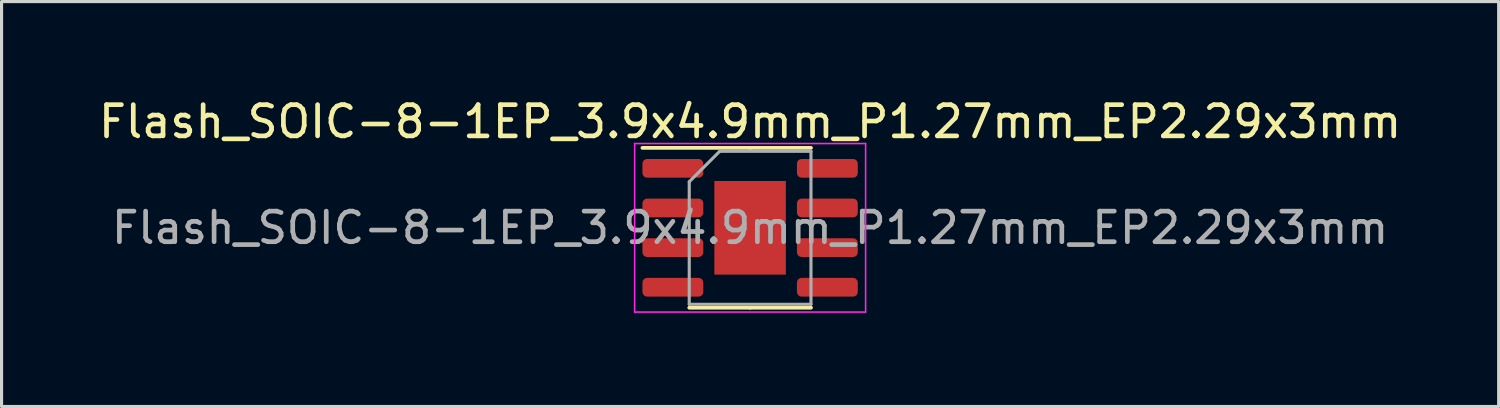
<source format=kicad_pcb>
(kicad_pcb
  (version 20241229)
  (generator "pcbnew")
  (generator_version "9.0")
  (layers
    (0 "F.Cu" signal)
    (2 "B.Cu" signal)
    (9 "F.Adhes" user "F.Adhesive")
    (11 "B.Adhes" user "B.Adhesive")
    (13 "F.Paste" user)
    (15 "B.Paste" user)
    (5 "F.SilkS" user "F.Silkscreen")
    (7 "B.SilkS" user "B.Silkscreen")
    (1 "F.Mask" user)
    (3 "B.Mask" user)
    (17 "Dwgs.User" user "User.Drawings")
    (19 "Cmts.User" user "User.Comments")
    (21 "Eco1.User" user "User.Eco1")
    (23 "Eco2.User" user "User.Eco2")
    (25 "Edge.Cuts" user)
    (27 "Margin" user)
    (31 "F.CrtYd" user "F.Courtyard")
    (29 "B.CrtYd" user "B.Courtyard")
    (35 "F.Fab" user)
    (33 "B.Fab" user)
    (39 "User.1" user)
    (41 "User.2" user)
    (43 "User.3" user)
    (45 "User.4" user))
  (footprint "Flash_SOIC-8-1EP_3.9x4.9mm_P1.27mm_EP2.29x3mm"
    (layer "F.Cu")
    (at 20.982 4.248)
    (property "Reference" "Flash_SOIC-8-1EP_3.9x4.9mm_P1.27mm_EP2.29x3mm" (at 0 -3.4 0) (layer "F.SilkS") (effects (font (size 1 1) (thickness 0.15))))
    (attr smd)
    (fp_line (start 0 -2.56) (end -3.45 -2.56) (stroke (width 0.12) (type solid)) (layer "F.SilkS"))
    (fp_line (start 0 -2.56) (end 1.95 -2.56) (stroke (width 0.12) (type solid)) (layer "F.SilkS"))
    (fp_line (start 0 2.56) (end -1.95 2.56) (stroke (width 0.12) (type solid)) (layer "F.SilkS"))
    (fp_line (start 0 2.56) (end 1.95 2.56) (stroke (width 0.12) (type solid)) (layer "F.SilkS"))
    (fp_line (start -3.7 -2.7) (end -3.7 2.7) (stroke (width 0.05) (type solid)) (layer "F.CrtYd"))
    (fp_line (start -3.7 2.7) (end 3.7 2.7) (stroke (width 0.05) (type solid)) (layer "F.CrtYd"))
    (fp_line (start 3.7 -2.7) (end -3.7 -2.7) (stroke (width 0.05) (type solid)) (layer "F.CrtYd"))
    (fp_line (start 3.7 2.7) (end 3.7 -2.7) (stroke (width 0.05) (type solid)) (layer "F.CrtYd"))
    (fp_line (start -1.95 -1.475) (end -0.975 -2.45) (stroke (width 0.1) (type solid)) (layer "F.Fab"))
    (fp_line (start -1.95 2.45) (end -1.95 -1.475) (stroke (width 0.1) (type solid)) (layer "F.Fab"))
    (fp_line (start -0.975 -2.45) (end 1.95 -2.45) (stroke (width 0.1) (type solid)) (layer "F.Fab"))
    (fp_line (start 1.95 -2.45) (end 1.95 2.45) (stroke (width 0.1) (type solid)) (layer "F.Fab"))
    (fp_line (start 1.95 2.45) (end -1.95 2.45) (stroke (width 0.1) (type solid)) (layer "F.Fab"))
    (fp_text user "${REFERENCE}" (at 0 0 0) (layer "F.Fab") (effects (font (size 0.98 0.98) (thickness 0.15))))
    (pad "" smd roundrect (at -0.57 -0.75) (size 0.92 1.21) (layers "F.Paste") (roundrect_rratio 0.25))
    (pad "" smd roundrect (at -0.57 0.75) (size 0.92 1.21) (layers "F.Paste") (roundrect_rratio 0.25))
    (pad "" smd roundrect (at 0.57 -0.75) (size 0.92 1.21) (layers "F.Paste") (roundrect_rratio 0.25))
    (pad "" smd roundrect (at 0.57 0.75) (size 0.92 1.21) (layers "F.Paste") (roundrect_rratio 0.25))
    (pad "1" smd roundrect (at -2.475 -1.905) (size 1.95 0.6) (layers "F.Cu" "F.Mask" "F.Paste") (roundrect_rratio 0.25))
    (pad "2" smd roundrect (at -2.475 -0.635) (size 1.95 0.6) (layers "F.Cu" "F.Mask" "F.Paste") (roundrect_rratio 0.25))
    (pad "3" smd roundrect (at -2.475 0.635) (size 1.95 0.6) (layers "F.Cu" "F.Mask" "F.Paste") (roundrect_rratio 0.25))
    (pad "4" smd roundrect (at -2.475 1.905) (size 1.95 0.6) (layers "F.Cu" "F.Mask" "F.Paste") (roundrect_rratio 0.25))
    (pad "5" smd roundrect (at 2.475 1.905) (size 1.95 0.6) (layers "F.Cu" "F.Mask" "F.Paste") (roundrect_rratio 0.25))
    (pad "6" smd roundrect (at 2.475 0.635) (size 1.95 0.6) (layers "F.Cu" "F.Mask" "F.Paste") (roundrect_rratio 0.25))
    (pad "7" smd roundrect (at 2.475 -0.635) (size 1.95 0.6) (layers "F.Cu" "F.Mask" "F.Paste") (roundrect_rratio 0.25))
    (pad "8" smd roundrect (at 2.475 -1.905) (size 1.95 0.6) (layers "F.Cu" "F.Mask" "F.Paste") (roundrect_rratio 0.25))
    (pad "9" smd rect (at 0 0) (size 2.29 3) (layers "F.Cu" "F.Mask")))
  (gr_rect
    (start -3 -3)
    (end 44.964 9.973)
    (stroke (width 0.1) (type default))
    (fill no)
    (layer "Edge.Cuts")))
</source>
